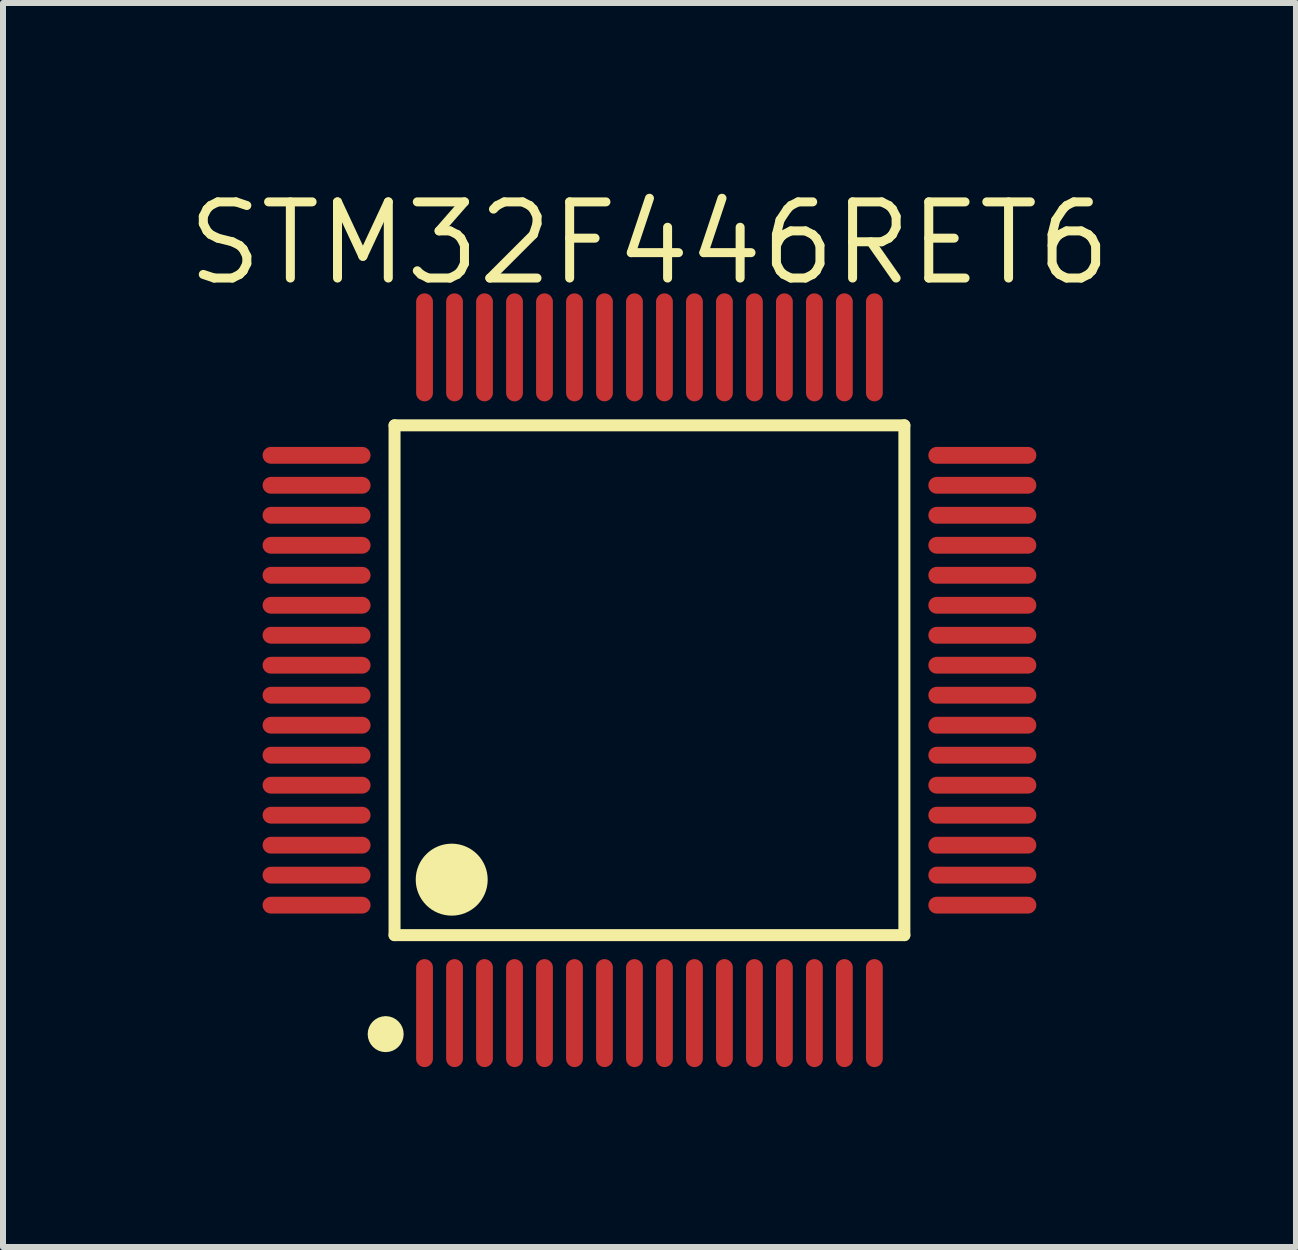
<source format=kicad_pcb>
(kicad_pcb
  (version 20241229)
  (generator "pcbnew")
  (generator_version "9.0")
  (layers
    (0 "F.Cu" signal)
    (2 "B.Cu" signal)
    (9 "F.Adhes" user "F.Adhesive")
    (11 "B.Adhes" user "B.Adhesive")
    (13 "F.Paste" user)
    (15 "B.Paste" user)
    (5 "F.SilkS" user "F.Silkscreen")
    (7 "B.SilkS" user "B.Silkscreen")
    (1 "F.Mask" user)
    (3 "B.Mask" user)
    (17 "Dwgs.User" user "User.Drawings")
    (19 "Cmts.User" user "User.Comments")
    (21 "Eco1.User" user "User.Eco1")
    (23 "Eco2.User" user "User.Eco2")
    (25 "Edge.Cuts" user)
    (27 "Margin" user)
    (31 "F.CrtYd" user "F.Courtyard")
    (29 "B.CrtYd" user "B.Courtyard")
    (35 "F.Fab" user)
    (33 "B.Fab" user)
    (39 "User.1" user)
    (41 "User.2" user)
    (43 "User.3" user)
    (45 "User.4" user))
  (footprint "STM32F446RET6"
    (layer "F.Cu")
    (at 7.778 8.291)
    (property "Reference" "STM32F446RET6" (at 0 -7.285 0) (layer "F.SilkS") (effects (font (size 1.27 1.27) (thickness 0.15))))
    (fp_line (start -4.25 -4.25) (end -4.25 4.25) (stroke (width 0.2) (type default)) (layer "F.SilkS"))
    (fp_line (start -4.25 4.25) (end 4.25 4.25) (stroke (width 0.2) (type default)) (layer "F.SilkS"))
    (fp_line (start 4.25 -4.25) (end -4.25 -4.25) (stroke (width 0.2) (type default)) (layer "F.SilkS"))
    (fp_line (start 4.25 4.25) (end 4.25 -4.25) (stroke (width 0.2) (type default)) (layer "F.SilkS"))
    (fp_arc (start -4.3967 5.7506) (mid -4.398 6.050606) (end -4.3993 5.7506) (stroke (width 0.3) (type default)) (layer "F.SilkS"))
    (fp_arc (start -3.2944 3.0251) (mid -3.29685 3.62511) (end -3.2995 3.0251) (stroke (width 0.6) (type default)) (layer "F.SilkS"))
    (pad "1" smd oval (at -3.75 5.55 180) (size 0.28 1.8) (layers "F.Cu" "F.Mask" "F.Paste"))
    (pad "2" smd oval (at -3.25 5.55 180) (size 0.28 1.8) (layers "F.Cu" "F.Mask" "F.Paste"))
    (pad "3" smd oval (at -2.75 5.55 180) (size 0.28 1.8) (layers "F.Cu" "F.Mask" "F.Paste"))
    (pad "4" smd oval (at -2.25 5.55 180) (size 0.28 1.8) (layers "F.Cu" "F.Mask" "F.Paste"))
    (pad "5" smd oval (at -1.75 5.55 180) (size 0.28 1.8) (layers "F.Cu" "F.Mask" "F.Paste"))
    (pad "6" smd oval (at -1.25 5.55 180) (size 0.28 1.8) (layers "F.Cu" "F.Mask" "F.Paste"))
    (pad "7" smd oval (at -0.75 5.55 180) (size 0.28 1.8) (layers "F.Cu" "F.Mask" "F.Paste"))
    (pad "8" smd oval (at -0.25 5.55 180) (size 0.28 1.8) (layers "F.Cu" "F.Mask" "F.Paste"))
    (pad "9" smd oval (at 0.25 5.55 180) (size 0.28 1.8) (layers "F.Cu" "F.Mask" "F.Paste"))
    (pad "10" smd oval (at 0.75 5.55 180) (size 0.28 1.8) (layers "F.Cu" "F.Mask" "F.Paste"))
    (pad "11" smd oval (at 1.25 5.55 180) (size 0.28 1.8) (layers "F.Cu" "F.Mask" "F.Paste"))
    (pad "12" smd oval (at 1.75 5.55 180) (size 0.28 1.8) (layers "F.Cu" "F.Mask" "F.Paste"))
    (pad "13" smd oval (at 2.25 5.55 180) (size 0.28 1.8) (layers "F.Cu" "F.Mask" "F.Paste"))
    (pad "14" smd oval (at 2.75 5.55 180) (size 0.28 1.8) (layers "F.Cu" "F.Mask" "F.Paste"))
    (pad "15" smd oval (at 3.25 5.55 180) (size 0.28 1.8) (layers "F.Cu" "F.Mask" "F.Paste"))
    (pad "16" smd oval (at 3.75 5.55 180) (size 0.28 1.8) (layers "F.Cu" "F.Mask" "F.Paste"))
    (pad "17" smd oval (at 5.55 3.75 90) (size 0.28 1.8) (layers "F.Cu" "F.Mask" "F.Paste"))
    (pad "18" smd oval (at 5.55 3.25 90) (size 0.28 1.8) (layers "F.Cu" "F.Mask" "F.Paste"))
    (pad "19" smd oval (at 5.55 2.75 90) (size 0.28 1.8) (layers "F.Cu" "F.Mask" "F.Paste"))
    (pad "20" smd oval (at 5.55 2.25 90) (size 0.28 1.8) (layers "F.Cu" "F.Mask" "F.Paste"))
    (pad "21" smd oval (at 5.55 1.75 90) (size 0.28 1.8) (layers "F.Cu" "F.Mask" "F.Paste"))
    (pad "22" smd oval (at 5.55 1.25 90) (size 0.28 1.8) (layers "F.Cu" "F.Mask" "F.Paste"))
    (pad "23" smd oval (at 5.55 0.75 90) (size 0.28 1.8) (layers "F.Cu" "F.Mask" "F.Paste"))
    (pad "24" smd oval (at 5.55 0.25 90) (size 0.28 1.8) (layers "F.Cu" "F.Mask" "F.Paste"))
    (pad "25" smd oval (at 5.55 -0.25 90) (size 0.28 1.8) (layers "F.Cu" "F.Mask" "F.Paste"))
    (pad "26" smd oval (at 5.55 -0.75 90) (size 0.28 1.8) (layers "F.Cu" "F.Mask" "F.Paste"))
    (pad "27" smd oval (at 5.55 -1.25 90) (size 0.28 1.8) (layers "F.Cu" "F.Mask" "F.Paste"))
    (pad "28" smd oval (at 5.55 -1.75 90) (size 0.28 1.8) (layers "F.Cu" "F.Mask" "F.Paste"))
    (pad "29" smd oval (at 5.55 -2.25 90) (size 0.28 1.8) (layers "F.Cu" "F.Mask" "F.Paste"))
    (pad "30" smd oval (at 5.55 -2.75 90) (size 0.28 1.8) (layers "F.Cu" "F.Mask" "F.Paste"))
    (pad "31" smd oval (at 5.55 -3.25 90) (size 0.28 1.8) (layers "F.Cu" "F.Mask" "F.Paste"))
    (pad "32" smd oval (at 5.55 -3.75 90) (size 0.28 1.8) (layers "F.Cu" "F.Mask" "F.Paste"))
    (pad "33" smd oval (at 3.75 -5.55 180) (size 0.28 1.8) (layers "F.Cu" "F.Mask" "F.Paste"))
    (pad "34" smd oval (at 3.25 -5.55 180) (size 0.28 1.8) (layers "F.Cu" "F.Mask" "F.Paste"))
    (pad "35" smd oval (at 2.75 -5.55 180) (size 0.28 1.8) (layers "F.Cu" "F.Mask" "F.Paste"))
    (pad "36" smd oval (at 2.25 -5.55 180) (size 0.28 1.8) (layers "F.Cu" "F.Mask" "F.Paste"))
    (pad "37" smd oval (at 1.75 -5.55 180) (size 0.28 1.8) (layers "F.Cu" "F.Mask" "F.Paste"))
    (pad "38" smd oval (at 1.25 -5.55 180) (size 0.28 1.8) (layers "F.Cu" "F.Mask" "F.Paste"))
    (pad "39" smd oval (at 0.75 -5.55 180) (size 0.28 1.8) (layers "F.Cu" "F.Mask" "F.Paste"))
    (pad "40" smd oval (at 0.25 -5.55 180) (size 0.28 1.8) (layers "F.Cu" "F.Mask" "F.Paste"))
    (pad "41" smd oval (at -0.25 -5.55 180) (size 0.28 1.8) (layers "F.Cu" "F.Mask" "F.Paste"))
    (pad "42" smd oval (at -0.75 -5.55 180) (size 0.28 1.8) (layers "F.Cu" "F.Mask" "F.Paste"))
    (pad "43" smd oval (at -1.25 -5.55 180) (size 0.28 1.8) (layers "F.Cu" "F.Mask" "F.Paste"))
    (pad "44" smd oval (at -1.75 -5.55 180) (size 0.28 1.8) (layers "F.Cu" "F.Mask" "F.Paste"))
    (pad "45" smd oval (at -2.25 -5.55 180) (size 0.28 1.8) (layers "F.Cu" "F.Mask" "F.Paste"))
    (pad "46" smd oval (at -2.75 -5.55 180) (size 0.28 1.8) (layers "F.Cu" "F.Mask" "F.Paste"))
    (pad "47" smd oval (at -3.25 -5.55 180) (size 0.28 1.8) (layers "F.Cu" "F.Mask" "F.Paste"))
    (pad "48" smd oval (at -3.75 -5.55 180) (size 0.28 1.8) (layers "F.Cu" "F.Mask" "F.Paste"))
    (pad "49" smd oval (at -5.55 -3.75 90) (size 0.28 1.8) (layers "F.Cu" "F.Mask" "F.Paste"))
    (pad "50" smd oval (at -5.55 -3.25 90) (size 0.28 1.8) (layers "F.Cu" "F.Mask" "F.Paste"))
    (pad "51" smd oval (at -5.55 -2.75 90) (size 0.28 1.8) (layers "F.Cu" "F.Mask" "F.Paste"))
    (pad "52" smd oval (at -5.55 -2.25 90) (size 0.28 1.8) (layers "F.Cu" "F.Mask" "F.Paste"))
    (pad "53" smd oval (at -5.55 -1.75 90) (size 0.28 1.8) (layers "F.Cu" "F.Mask" "F.Paste"))
    (pad "54" smd oval (at -5.55 -1.25 90) (size 0.28 1.8) (layers "F.Cu" "F.Mask" "F.Paste"))
    (pad "55" smd oval (at -5.55 -0.75 90) (size 0.28 1.8) (layers "F.Cu" "F.Mask" "F.Paste"))
    (pad "56" smd oval (at -5.55 -0.25 90) (size 0.28 1.8) (layers "F.Cu" "F.Mask" "F.Paste"))
    (pad "57" smd oval (at -5.55 0.25 90) (size 0.28 1.8) (layers "F.Cu" "F.Mask" "F.Paste"))
    (pad "58" smd oval (at -5.55 0.75 90) (size 0.28 1.8) (layers "F.Cu" "F.Mask" "F.Paste"))
    (pad "59" smd oval (at -5.55 1.25 90) (size 0.28 1.8) (layers "F.Cu" "F.Mask" "F.Paste"))
    (pad "60" smd oval (at -5.55 1.75 90) (size 0.28 1.8) (layers "F.Cu" "F.Mask" "F.Paste"))
    (pad "61" smd oval (at -5.55 2.25 90) (size 0.28 1.8) (layers "F.Cu" "F.Mask" "F.Paste"))
    (pad "62" smd oval (at -5.55 2.75 90) (size 0.28 1.8) (layers "F.Cu" "F.Mask" "F.Paste"))
    (pad "63" smd oval (at -5.55 3.25 90) (size 0.28 1.8) (layers "F.Cu" "F.Mask" "F.Paste"))
    (pad "64" smd oval (at -5.55 3.75 90) (size 0.28 1.8) (layers "F.Cu" "F.Mask" "F.Paste"))
    (zone (net_name "") (layer "User.3") (hatch edge 0.5) (priority 100) (connect_pads yes) (min_thickness 0) (filled_areas_thickness no) (fill yes) (polygon (pts (xy 2.778 3.291) (xy 12.778 3.291) (xy 12.778 13.291) (xy 2.778 13.291))) (filled_polygon (layer "User.3") (island) (pts (xy 2.778 3.291) (xy 12.778 3.291) (xy 12.778 13.291) (xy 2.778 13.291))))
    (zone (net_name "") (layer "User.4") (hatch edge 0.5) (priority 100) (connect_pads yes) (min_thickness 0) (filled_areas_thickness no) (fill yes) (polygon (pts (xy 1.578 5.181) (xy 1.578 4.901) (xy 2.778 4.901) (xy 2.778 5.181))) (filled_polygon (layer "User.4") (island) (pts (xy 1.578 5.181) (xy 1.578 4.901) (xy 2.778 4.901) (xy 2.778 5.181))))
    (zone (net_name "") (layer "User.4") (hatch edge 0.5) (priority 100) (connect_pads yes) (min_thickness 0) (filled_areas_thickness no) (fill yes) (polygon (pts (xy 1.578 5.681) (xy 1.578 5.401) (xy 2.778 5.401) (xy 2.778 5.681))) (filled_polygon (layer "User.4") (island) (pts (xy 1.578 5.681) (xy 1.578 5.401) (xy 2.778 5.401) (xy 2.778 5.681))))
    (zone (net_name "") (layer "User.4") (hatch edge 0.5) (priority 100) (connect_pads yes) (min_thickness 0) (filled_areas_thickness no) (fill yes) (polygon (pts (xy 1.578 6.181) (xy 1.578 5.901) (xy 2.778 5.901) (xy 2.778 6.181))) (filled_polygon (layer "User.4") (island) (pts (xy 1.578 6.181) (xy 1.578 5.901) (xy 2.778 5.901) (xy 2.778 6.181))))
    (zone (net_name "") (layer "User.4") (hatch edge 0.5) (priority 100) (connect_pads yes) (min_thickness 0) (filled_areas_thickness no) (fill yes) (polygon (pts (xy 1.578 6.681) (xy 1.578 6.401) (xy 2.778 6.401) (xy 2.778 6.681))) (filled_polygon (layer "User.4") (island) (pts (xy 1.578 6.681) (xy 1.578 6.401) (xy 2.778 6.401) (xy 2.778 6.681))))
    (zone (net_name "") (layer "User.4") (hatch edge 0.5) (priority 100) (connect_pads yes) (min_thickness 0) (filled_areas_thickness no) (fill yes) (polygon (pts (xy 1.578 7.181) (xy 1.578 6.901) (xy 2.778 6.901) (xy 2.778 7.181))) (filled_polygon (layer "User.4") (island) (pts (xy 1.578 7.181) (xy 1.578 6.901) (xy 2.778 6.901) (xy 2.778 7.181))))
    (zone (net_name "") (layer "User.4") (hatch edge 0.5) (priority 100) (connect_pads yes) (min_thickness 0) (filled_areas_thickness no) (fill yes) (polygon (pts (xy 1.578 7.681) (xy 1.578 7.401) (xy 2.778 7.401) (xy 2.778 7.681))) (filled_polygon (layer "User.4") (island) (pts (xy 1.578 7.681) (xy 1.578 7.401) (xy 2.778 7.401) (xy 2.778 7.681))))
    (zone (net_name "") (layer "User.4") (hatch edge 0.5) (priority 100) (connect_pads yes) (min_thickness 0) (filled_areas_thickness no) (fill yes) (polygon (pts (xy 1.578 8.181) (xy 1.578 7.901) (xy 2.778 7.901) (xy 2.778 8.181))) (filled_polygon (layer "User.4") (island) (pts (xy 1.578 8.181) (xy 1.578 7.901) (xy 2.778 7.901) (xy 2.778 8.181))))
    (zone (net_name "") (layer "User.4") (hatch edge 0.5) (priority 100) (connect_pads yes) (min_thickness 0) (filled_areas_thickness no) (fill yes) (polygon (pts (xy 1.578 8.681) (xy 1.578 8.401) (xy 2.778 8.401) (xy 2.778 8.681))) (filled_polygon (layer "User.4") (island) (pts (xy 1.578 8.681) (xy 1.578 8.401) (xy 2.778 8.401) (xy 2.778 8.681))))
    (zone (net_name "") (layer "User.4") (hatch edge 0.5) (priority 100) (connect_pads yes) (min_thickness 0) (filled_areas_thickness no) (fill yes) (polygon (pts (xy 1.578 9.181) (xy 1.578 8.901) (xy 2.778 8.901) (xy 2.778 9.181))) (filled_polygon (layer "User.4") (island) (pts (xy 1.578 9.181) (xy 1.578 8.901) (xy 2.778 8.901) (xy 2.778 9.181))))
    (zone (net_name "") (layer "User.4") (hatch edge 0.5) (priority 100) (connect_pads yes) (min_thickness 0) (filled_areas_thickness no) (fill yes) (polygon (pts (xy 1.578 9.681) (xy 1.578 9.401) (xy 2.778 9.401) (xy 2.778 9.681))) (filled_polygon (layer "User.4") (island) (pts (xy 1.578 9.681) (xy 1.578 9.401) (xy 2.778 9.401) (xy 2.778 9.681))))
    (zone (net_name "") (layer "User.4") (hatch edge 0.5) (priority 100) (connect_pads yes) (min_thickness 0) (filled_areas_thickness no) (fill yes) (polygon (pts (xy 1.578 10.181) (xy 1.578 9.901) (xy 2.778 9.901) (xy 2.778 10.181))) (filled_polygon (layer "User.4") (island) (pts (xy 1.578 10.181) (xy 1.578 9.901) (xy 2.778 9.901) (xy 2.778 10.181))))
    (zone (net_name "") (layer "User.4") (hatch edge 0.5) (priority 100) (connect_pads yes) (min_thickness 0) (filled_areas_thickness no) (fill yes) (polygon (pts (xy 1.578 10.681) (xy 1.578 10.401) (xy 2.778 10.401) (xy 2.778 10.681))) (filled_polygon (layer "User.4") (island) (pts (xy 1.578 10.681) (xy 1.578 10.401) (xy 2.778 10.401) (xy 2.778 10.681))))
    (zone (net_name "") (layer "User.4") (hatch edge 0.5) (priority 100) (connect_pads yes) (min_thickness 0) (filled_areas_thickness no) (fill yes) (polygon (pts (xy 1.578 11.181) (xy 1.578 10.901) (xy 2.778 10.901) (xy 2.778 11.181))) (filled_polygon (layer "User.4") (island) (pts (xy 1.578 11.181) (xy 1.578 10.901) (xy 2.778 10.901) (xy 2.778 11.181))))
    (zone (net_name "") (layer "User.4") (hatch edge 0.5) (priority 100) (connect_pads yes) (min_thickness 0) (filled_areas_thickness no) (fill yes) (polygon (pts (xy 1.578 11.681) (xy 1.578 11.401) (xy 2.778 11.401) (xy 2.778 11.681))) (filled_polygon (layer "User.4") (island) (pts (xy 1.578 11.681) (xy 1.578 11.401) (xy 2.778 11.401) (xy 2.778 11.681))))
    (zone (net_name "") (layer "User.4") (hatch edge 0.5) (priority 100) (connect_pads yes) (min_thickness 0) (filled_areas_thickness no) (fill yes) (polygon (pts (xy 1.578 12.181) (xy 1.578 11.901) (xy 2.778 11.901) (xy 2.778 12.181))) (filled_polygon (layer "User.4") (island) (pts (xy 1.578 12.181) (xy 1.578 11.901) (xy 2.778 11.901) (xy 2.778 12.181))))
    (zone (net_name "") (layer "User.4") (hatch edge 0.5) (priority 100) (connect_pads yes) (min_thickness 0) (filled_areas_thickness no) (fill yes) (polygon (pts (xy 2.778 4.401) (xy 2.778 4.681) (xy 1.578 4.681) (xy 1.578 4.401))) (filled_polygon (layer "User.4") (island) (pts (xy 2.778 4.401) (xy 2.778 4.681) (xy 1.578 4.681) (xy 1.578 4.401))))
    (zone (net_name "") (layer "User.4") (hatch edge 0.5) (priority 100) (connect_pads yes) (min_thickness 0) (filled_areas_thickness no) (fill yes) (polygon (pts (xy 3.888 2.091) (xy 4.168 2.091) (xy 4.168 3.291) (xy 3.888 3.291))) (filled_polygon (layer "User.4") (island) (pts (xy 3.888 2.091) (xy 4.168 2.091) (xy 4.168 3.291) (xy 3.888 3.291))))
    (zone (net_name "") (layer "User.4") (hatch edge 0.5) (priority 100) (connect_pads yes) (min_thickness 0) (filled_areas_thickness no) (fill yes) (polygon (pts (xy 3.888 13.291) (xy 4.168 13.291) (xy 4.168 14.491) (xy 3.888 14.491))) (filled_polygon (layer "User.4") (island) (pts (xy 3.888 13.291) (xy 4.168 13.291) (xy 4.168 14.491) (xy 3.888 14.491))))
    (zone (net_name "") (layer "User.4") (hatch edge 0.5) (priority 100) (connect_pads yes) (min_thickness 0) (filled_areas_thickness no) (fill yes) (polygon (pts (xy 4.388 2.091) (xy 4.668 2.091) (xy 4.668 3.291) (xy 4.388 3.291))) (filled_polygon (layer "User.4") (island) (pts (xy 4.388 2.091) (xy 4.668 2.091) (xy 4.668 3.291) (xy 4.388 3.291))))
    (zone (net_name "") (layer "User.4") (hatch edge 0.5) (priority 100) (connect_pads yes) (min_thickness 0) (filled_areas_thickness no) (fill yes) (polygon (pts (xy 4.669 14.491) (xy 4.389 14.491) (xy 4.389 13.291) (xy 4.669 13.291))) (filled_polygon (layer "User.4") (island) (pts (xy 4.669 14.491) (xy 4.389 14.491) (xy 4.389 13.291) (xy 4.669 13.291))))
    (zone (net_name "") (layer "User.4") (hatch edge 0.5) (priority 100) (connect_pads yes) (min_thickness 0) (filled_areas_thickness no) (fill yes) (polygon (pts (xy 4.888 2.091) (xy 5.168 2.091) (xy 5.168 3.291) (xy 4.888 3.291))) (filled_polygon (layer "User.4") (island) (pts (xy 4.888 2.091) (xy 5.168 2.091) (xy 5.168 3.291) (xy 4.888 3.291))))
    (zone (net_name "") (layer "User.4") (hatch edge 0.5) (priority 100) (connect_pads yes) (min_thickness 0) (filled_areas_thickness no) (fill yes) (polygon (pts (xy 5.169 14.491) (xy 4.889 14.491) (xy 4.889 13.291) (xy 5.169 13.291))) (filled_polygon (layer "User.4") (island) (pts (xy 5.169 14.491) (xy 4.889 14.491) (xy 4.889 13.291) (xy 5.169 13.291))))
    (zone (net_name "") (layer "User.4") (hatch edge 0.5) (priority 100) (connect_pads yes) (min_thickness 0) (filled_areas_thickness no) (fill yes) (polygon (pts (xy 5.388 2.091) (xy 5.668 2.091) (xy 5.668 3.291) (xy 5.388 3.291))) (filled_polygon (layer "User.4") (island) (pts (xy 5.388 2.091) (xy 5.668 2.091) (xy 5.668 3.291) (xy 5.388 3.291))))
    (zone (net_name "") (layer "User.4") (hatch edge 0.5) (priority 100) (connect_pads yes) (min_thickness 0) (filled_areas_thickness no) (fill yes) (polygon (pts (xy 5.669 14.491) (xy 5.389 14.491) (xy 5.389 13.291) (xy 5.669 13.291))) (filled_polygon (layer "User.4") (island) (pts (xy 5.669 14.491) (xy 5.389 14.491) (xy 5.389 13.291) (xy 5.669 13.291))))
    (zone (net_name "") (layer "User.4") (hatch edge 0.5) (priority 100) (connect_pads yes) (min_thickness 0) (filled_areas_thickness no) (fill yes) (polygon (pts (xy 5.888 2.091) (xy 6.168 2.091) (xy 6.168 3.291) (xy 5.888 3.291))) (filled_polygon (layer "User.4") (island) (pts (xy 5.888 2.091) (xy 6.168 2.091) (xy 6.168 3.291) (xy 5.888 3.291))))
    (zone (net_name "") (layer "User.4") (hatch edge 0.5) (priority 100) (connect_pads yes) (min_thickness 0) (filled_areas_thickness no) (fill yes) (polygon (pts (xy 6.169 14.491) (xy 5.889 14.491) (xy 5.889 13.291) (xy 6.169 13.291))) (filled_polygon (layer "User.4") (island) (pts (xy 6.169 14.491) (xy 5.889 14.491) (xy 5.889 13.291) (xy 6.169 13.291))))
    (zone (net_name "") (layer "User.4") (hatch edge 0.5) (priority 100) (connect_pads yes) (min_thickness 0) (filled_areas_thickness no) (fill yes) (polygon (pts (xy 6.388 2.091) (xy 6.668 2.091) (xy 6.668 3.291) (xy 6.388 3.291))) (filled_polygon (layer "User.4") (island) (pts (xy 6.388 2.091) (xy 6.668 2.091) (xy 6.668 3.291) (xy 6.388 3.291))))
    (zone (net_name "") (layer "User.4") (hatch edge 0.5) (priority 100) (connect_pads yes) (min_thickness 0) (filled_areas_thickness no) (fill yes) (polygon (pts (xy 6.669 14.491) (xy 6.389 14.491) (xy 6.389 13.291) (xy 6.669 13.291))) (filled_polygon (layer "User.4") (island) (pts (xy 6.669 14.491) (xy 6.389 14.491) (xy 6.389 13.291) (xy 6.669 13.291))))
    (zone (net_name "") (layer "User.4") (hatch edge 0.5) (priority 100) (connect_pads yes) (min_thickness 0) (filled_areas_thickness no) (fill yes) (polygon (pts (xy 6.888 2.091) (xy 7.168 2.091) (xy 7.168 3.291) (xy 6.888 3.291))) (filled_polygon (layer "User.4") (island) (pts (xy 6.888 2.091) (xy 7.168 2.091) (xy 7.168 3.291) (xy 6.888 3.291))))
    (zone (net_name "") (layer "User.4") (hatch edge 0.5) (priority 100) (connect_pads yes) (min_thickness 0) (filled_areas_thickness no) (fill yes) (polygon (pts (xy 7.169 14.491) (xy 6.889 14.491) (xy 6.889 13.291) (xy 7.169 13.291))) (filled_polygon (layer "User.4") (island) (pts (xy 7.169 14.491) (xy 6.889 14.491) (xy 6.889 13.291) (xy 7.169 13.291))))
    (zone (net_name "") (layer "User.4") (hatch edge 0.5) (priority 100) (connect_pads yes) (min_thickness 0) (filled_areas_thickness no) (fill yes) (polygon (pts (xy 7.388 2.091) (xy 7.668 2.091) (xy 7.668 3.291) (xy 7.388 3.291))) (filled_polygon (layer "User.4") (island) (pts (xy 7.388 2.091) (xy 7.668 2.091) (xy 7.668 3.291) (xy 7.388 3.291))))
    (zone (net_name "") (layer "User.4") (hatch edge 0.5) (priority 100) (connect_pads yes) (min_thickness 0) (filled_areas_thickness no) (fill yes) (polygon (pts (xy 7.669 14.491) (xy 7.389 14.491) (xy 7.389 13.291) (xy 7.669 13.291))) (filled_polygon (layer "User.4") (island) (pts (xy 7.669 14.491) (xy 7.389 14.491) (xy 7.389 13.291) (xy 7.669 13.291))))
    (zone (net_name "") (layer "User.4") (hatch edge 0.5) (priority 100) (connect_pads yes) (min_thickness 0) (filled_areas_thickness no) (fill yes) (polygon (pts (xy 7.888 2.091) (xy 8.168 2.091) (xy 8.168 3.291) (xy 7.888 3.291))) (filled_polygon (layer "User.4") (island) (pts (xy 7.888 2.091) (xy 8.168 2.091) (xy 8.168 3.291) (xy 7.888 3.291))))
    (zone (net_name "") (layer "User.4") (hatch edge 0.5) (priority 100) (connect_pads yes) (min_thickness 0) (filled_areas_thickness no) (fill yes) (polygon (pts (xy 8.169 14.491) (xy 7.889 14.491) (xy 7.889 13.291) (xy 8.169 13.291))) (filled_polygon (layer "User.4") (island) (pts (xy 8.169 14.491) (xy 7.889 14.491) (xy 7.889 13.291) (xy 8.169 13.291))))
    (zone (net_name "") (layer "User.4") (hatch edge 0.5) (priority 100) (connect_pads yes) (min_thickness 0) (filled_areas_thickness no) (fill yes) (polygon (pts (xy 8.388 2.091) (xy 8.668 2.091) (xy 8.668 3.291) (xy 8.388 3.291))) (filled_polygon (layer "User.4") (island) (pts (xy 8.388 2.091) (xy 8.668 2.091) (xy 8.668 3.291) (xy 8.388 3.291))))
    (zone (net_name "") (layer "User.4") (hatch edge 0.5) (priority 100) (connect_pads yes) (min_thickness 0) (filled_areas_thickness no) (fill yes) (polygon (pts (xy 8.669 14.491) (xy 8.389 14.491) (xy 8.389 13.291) (xy 8.669 13.291))) (filled_polygon (layer "User.4") (island) (pts (xy 8.669 14.491) (xy 8.389 14.491) (xy 8.389 13.291) (xy 8.669 13.291))))
    (zone (net_name "") (layer "User.4") (hatch edge 0.5) (priority 100) (connect_pads yes) (min_thickness 0) (filled_areas_thickness no) (fill yes) (polygon (pts (xy 8.888 2.091) (xy 9.168 2.091) (xy 9.168 3.291) (xy 8.888 3.291))) (filled_polygon (layer "User.4") (island) (pts (xy 8.888 2.091) (xy 9.168 2.091) (xy 9.168 3.291) (xy 8.888 3.291))))
    (zone (net_name "") (layer "User.4") (hatch edge 0.5) (priority 100) (connect_pads yes) (min_thickness 0) (filled_areas_thickness no) (fill yes) (polygon (pts (xy 9.169 14.491) (xy 8.889 14.491) (xy 8.889 13.291) (xy 9.169 13.291))) (filled_polygon (layer "User.4") (island) (pts (xy 9.169 14.491) (xy 8.889 14.491) (xy 8.889 13.291) (xy 9.169 13.291))))
    (zone (net_name "") (layer "User.4") (hatch edge 0.5) (priority 100) (connect_pads yes) (min_thickness 0) (filled_areas_thickness no) (fill yes) (polygon (pts (xy 9.388 2.091) (xy 9.668 2.091) (xy 9.668 3.291) (xy 9.388 3.291))) (filled_polygon (layer "User.4") (island) (pts (xy 9.388 2.091) (xy 9.668 2.091) (xy 9.668 3.291) (xy 9.388 3.291))))
    (zone (net_name "") (layer "User.4") (hatch edge 0.5) (priority 100) (connect_pads yes) (min_thickness 0) (filled_areas_thickness no) (fill yes) (polygon (pts (xy 9.669 14.491) (xy 9.389 14.491) (xy 9.389 13.291) (xy 9.669 13.291))) (filled_polygon (layer "User.4") (island) (pts (xy 9.669 14.491) (xy 9.389 14.491) (xy 9.389 13.291) (xy 9.669 13.291))))
    (zone (net_name "") (layer "User.4") (hatch edge 0.5) (priority 100) (connect_pads yes) (min_thickness 0) (filled_areas_thickness no) (fill yes) (polygon (pts (xy 9.888 2.091) (xy 10.168 2.091) (xy 10.168 3.291) (xy 9.888 3.291))) (filled_polygon (layer "User.4") (island) (pts (xy 9.888 2.091) (xy 10.168 2.091) (xy 10.168 3.291) (xy 9.888 3.291))))
    (zone (net_name "") (layer "User.4") (hatch edge 0.5) (priority 100) (connect_pads yes) (min_thickness 0) (filled_areas_thickness no) (fill yes) (polygon (pts (xy 10.169 14.491) (xy 9.889 14.491) (xy 9.889 13.291) (xy 10.169 13.291))) (filled_polygon (layer "User.4") (island) (pts (xy 10.169 14.491) (xy 9.889 14.491) (xy 9.889 13.291) (xy 10.169 13.291))))
    (zone (net_name "") (layer "User.4") (hatch edge 0.5) (priority 100) (connect_pads yes) (min_thickness 0) (filled_areas_thickness no) (fill yes) (polygon (pts (xy 10.388 2.091) (xy 10.668 2.091) (xy 10.668 3.291) (xy 10.388 3.291))) (filled_polygon (layer "User.4") (island) (pts (xy 10.388 2.091) (xy 10.668 2.091) (xy 10.668 3.291) (xy 10.388 3.291))))
    (zone (net_name "") (layer "User.4") (hatch edge 0.5) (priority 100) (connect_pads yes) (min_thickness 0) (filled_areas_thickness no) (fill yes) (polygon (pts (xy 10.669 14.491) (xy 10.389 14.491) (xy 10.389 13.291) (xy 10.669 13.291))) (filled_polygon (layer "User.4") (island) (pts (xy 10.669 14.491) (xy 10.389 14.491) (xy 10.389 13.291) (xy 10.669 13.291))))
    (zone (net_name "") (layer "User.4") (hatch edge 0.5) (priority 100) (connect_pads yes) (min_thickness 0) (filled_areas_thickness no) (fill yes) (polygon (pts (xy 10.888 2.091) (xy 11.168 2.091) (xy 11.168 3.291) (xy 10.888 3.291))) (filled_polygon (layer "User.4") (island) (pts (xy 10.888 2.091) (xy 11.168 2.091) (xy 11.168 3.291) (xy 10.888 3.291))))
    (zone (net_name "") (layer "User.4") (hatch edge 0.5) (priority 100) (connect_pads yes) (min_thickness 0) (filled_areas_thickness no) (fill yes) (polygon (pts (xy 11.169 14.491) (xy 10.889 14.491) (xy 10.889 13.291) (xy 11.169 13.291))) (filled_polygon (layer "User.4") (island) (pts (xy 11.169 14.491) (xy 10.889 14.491) (xy 10.889 13.291) (xy 11.169 13.291))))
    (zone (net_name "") (layer "User.4") (hatch edge 0.5) (priority 100) (connect_pads yes) (min_thickness 0) (filled_areas_thickness no) (fill yes) (polygon (pts (xy 11.669 3.291) (xy 11.389 3.291) (xy 11.389 2.091) (xy 11.669 2.091))) (filled_polygon (layer "User.4") (island) (pts (xy 11.669 3.291) (xy 11.389 3.291) (xy 11.389 2.091) (xy 11.669 2.091))))
    (zone (net_name "") (layer "User.4") (hatch edge 0.5) (priority 100) (connect_pads yes) (min_thickness 0) (filled_areas_thickness no) (fill yes) (polygon (pts (xy 11.669 14.491) (xy 11.389 14.491) (xy 11.389 13.291) (xy 11.669 13.291))) (filled_polygon (layer "User.4") (island) (pts (xy 11.669 14.491) (xy 11.389 14.491) (xy 11.389 13.291) (xy 11.669 13.291))))
    (zone (net_name "") (layer "User.4") (hatch edge 0.5) (priority 100) (connect_pads yes) (min_thickness 0) (filled_areas_thickness no) (fill yes) (polygon (pts (xy 12.778 12.181) (xy 12.778 11.901) (xy 13.978 11.901) (xy 13.978 12.181))) (filled_polygon (layer "User.4") (island) (pts (xy 12.778 12.181) (xy 12.778 11.901) (xy 13.978 11.901) (xy 13.978 12.181))))
    (zone (net_name "") (layer "User.4") (hatch edge 0.5) (priority 100) (connect_pads yes) (min_thickness 0) (filled_areas_thickness no) (fill yes) (polygon (pts (xy 13.978 4.401) (xy 13.978 4.681) (xy 12.778 4.681) (xy 12.778 4.401))) (filled_polygon (layer "User.4") (island) (pts (xy 13.978 4.401) (xy 13.978 4.681) (xy 12.778 4.681) (xy 12.778 4.401))))
    (zone (net_name "") (layer "User.4") (hatch edge 0.5) (priority 100) (connect_pads yes) (min_thickness 0) (filled_areas_thickness no) (fill yes) (polygon (pts (xy 13.978 4.901) (xy 13.978 5.181) (xy 12.778 5.181) (xy 12.778 4.901))) (filled_polygon (layer "User.4") (island) (pts (xy 13.978 4.901) (xy 13.978 5.181) (xy 12.778 5.181) (xy 12.778 4.901))))
    (zone (net_name "") (layer "User.4") (hatch edge 0.5) (priority 100) (connect_pads yes) (min_thickness 0) (filled_areas_thickness no) (fill yes) (polygon (pts (xy 13.978 5.401) (xy 13.978 5.681) (xy 12.778 5.681) (xy 12.778 5.401))) (filled_polygon (layer "User.4") (island) (pts (xy 13.978 5.401) (xy 13.978 5.681) (xy 12.778 5.681) (xy 12.778 5.401))))
    (zone (net_name "") (layer "User.4") (hatch edge 0.5) (priority 100) (connect_pads yes) (min_thickness 0) (filled_areas_thickness no) (fill yes) (polygon (pts (xy 13.978 5.901) (xy 13.978 6.181) (xy 12.778 6.181) (xy 12.778 5.901))) (filled_polygon (layer "User.4") (island) (pts (xy 13.978 5.901) (xy 13.978 6.181) (xy 12.778 6.181) (xy 12.778 5.901))))
    (zone (net_name "") (layer "User.4") (hatch edge 0.5) (priority 100) (connect_pads yes) (min_thickness 0) (filled_areas_thickness no) (fill yes) (polygon (pts (xy 13.978 6.401) (xy 13.978 6.681) (xy 12.778 6.681) (xy 12.778 6.401))) (filled_polygon (layer "User.4") (island) (pts (xy 13.978 6.401) (xy 13.978 6.681) (xy 12.778 6.681) (xy 12.778 6.401))))
    (zone (net_name "") (layer "User.4") (hatch edge 0.5) (priority 100) (connect_pads yes) (min_thickness 0) (filled_areas_thickness no) (fill yes) (polygon (pts (xy 13.978 6.901) (xy 13.978 7.181) (xy 12.778 7.181) (xy 12.778 6.901))) (filled_polygon (layer "User.4") (island) (pts (xy 13.978 6.901) (xy 13.978 7.181) (xy 12.778 7.181) (xy 12.778 6.901))))
    (zone (net_name "") (layer "User.4") (hatch edge 0.5) (priority 100) (connect_pads yes) (min_thickness 0) (filled_areas_thickness no) (fill yes) (polygon (pts (xy 13.978 7.401) (xy 13.978 7.681) (xy 12.778 7.681) (xy 12.778 7.401))) (filled_polygon (layer "User.4") (island) (pts (xy 13.978 7.401) (xy 13.978 7.681) (xy 12.778 7.681) (xy 12.778 7.401))))
    (zone (net_name "") (layer "User.4") (hatch edge 0.5) (priority 100) (connect_pads yes) (min_thickness 0) (filled_areas_thickness no) (fill yes) (polygon (pts (xy 13.978 7.901) (xy 13.978 8.181) (xy 12.778 8.181) (xy 12.778 7.901))) (filled_polygon (layer "User.4") (island) (pts (xy 13.978 7.901) (xy 13.978 8.181) (xy 12.778 8.181) (xy 12.778 7.901))))
    (zone (net_name "") (layer "User.4") (hatch edge 0.5) (priority 100) (connect_pads yes) (min_thickness 0) (filled_areas_thickness no) (fill yes) (polygon (pts (xy 13.978 8.401) (xy 13.978 8.681) (xy 12.778 8.681) (xy 12.778 8.401))) (filled_polygon (layer "User.4") (island) (pts (xy 13.978 8.401) (xy 13.978 8.681) (xy 12.778 8.681) (xy 12.778 8.401))))
    (zone (net_name "") (layer "User.4") (hatch edge 0.5) (priority 100) (connect_pads yes) (min_thickness 0) (filled_areas_thickness no) (fill yes) (polygon (pts (xy 13.978 8.901) (xy 13.978 9.181) (xy 12.778 9.181) (xy 12.778 8.901))) (filled_polygon (layer "User.4") (island) (pts (xy 13.978 8.901) (xy 13.978 9.181) (xy 12.778 9.181) (xy 12.778 8.901))))
    (zone (net_name "") (layer "User.4") (hatch edge 0.5) (priority 100) (connect_pads yes) (min_thickness 0) (filled_areas_thickness no) (fill yes) (polygon (pts (xy 13.978 9.401) (xy 13.978 9.681) (xy 12.778 9.681) (xy 12.778 9.401))) (filled_polygon (layer "User.4") (island) (pts (xy 13.978 9.401) (xy 13.978 9.681) (xy 12.778 9.681) (xy 12.778 9.401))))
    (zone (net_name "") (layer "User.4") (hatch edge 0.5) (priority 100) (connect_pads yes) (min_thickness 0) (filled_areas_thickness no) (fill yes) (polygon (pts (xy 13.978 9.901) (xy 13.978 10.181) (xy 12.778 10.181) (xy 12.778 9.901))) (filled_polygon (layer "User.4") (island) (pts (xy 13.978 9.901) (xy 13.978 10.181) (xy 12.778 10.181) (xy 12.778 9.901))))
    (zone (net_name "") (layer "User.4") (hatch edge 0.5) (priority 100) (connect_pads yes) (min_thickness 0) (filled_areas_thickness no) (fill yes) (polygon (pts (xy 13.978 10.401) (xy 13.978 10.681) (xy 12.778 10.681) (xy 12.778 10.401))) (filled_polygon (layer "User.4") (island) (pts (xy 13.978 10.401) (xy 13.978 10.681) (xy 12.778 10.681) (xy 12.778 10.401))))
    (zone (net_name "") (layer "User.4") (hatch edge 0.5) (priority 100) (connect_pads yes) (min_thickness 0) (filled_areas_thickness no) (fill yes) (polygon (pts (xy 13.978 10.901) (xy 13.978 11.181) (xy 12.778 11.181) (xy 12.778 10.901))) (filled_polygon (layer "User.4") (island) (pts (xy 13.978 10.901) (xy 13.978 11.181) (xy 12.778 11.181) (xy 12.778 10.901))))
    (zone (net_name "") (layer "User.4") (hatch edge 0.5) (priority 100) (connect_pads yes) (min_thickness 0) (filled_areas_thickness no) (fill yes) (polygon (pts (xy 13.978 11.401) (xy 13.978 11.681) (xy 12.778 11.681) (xy 12.778 11.401))) (filled_polygon (layer "User.4") (island) (pts (xy 13.978 11.401) (xy 13.978 11.681) (xy 12.778 11.681) (xy 12.778 11.401)))))
  (gr_rect
    (start -3 -3)
    (end 18.557 17.741)
    (stroke (width 0.1) (type default))
    (fill no)
    (layer "Edge.Cuts")))
</source>
